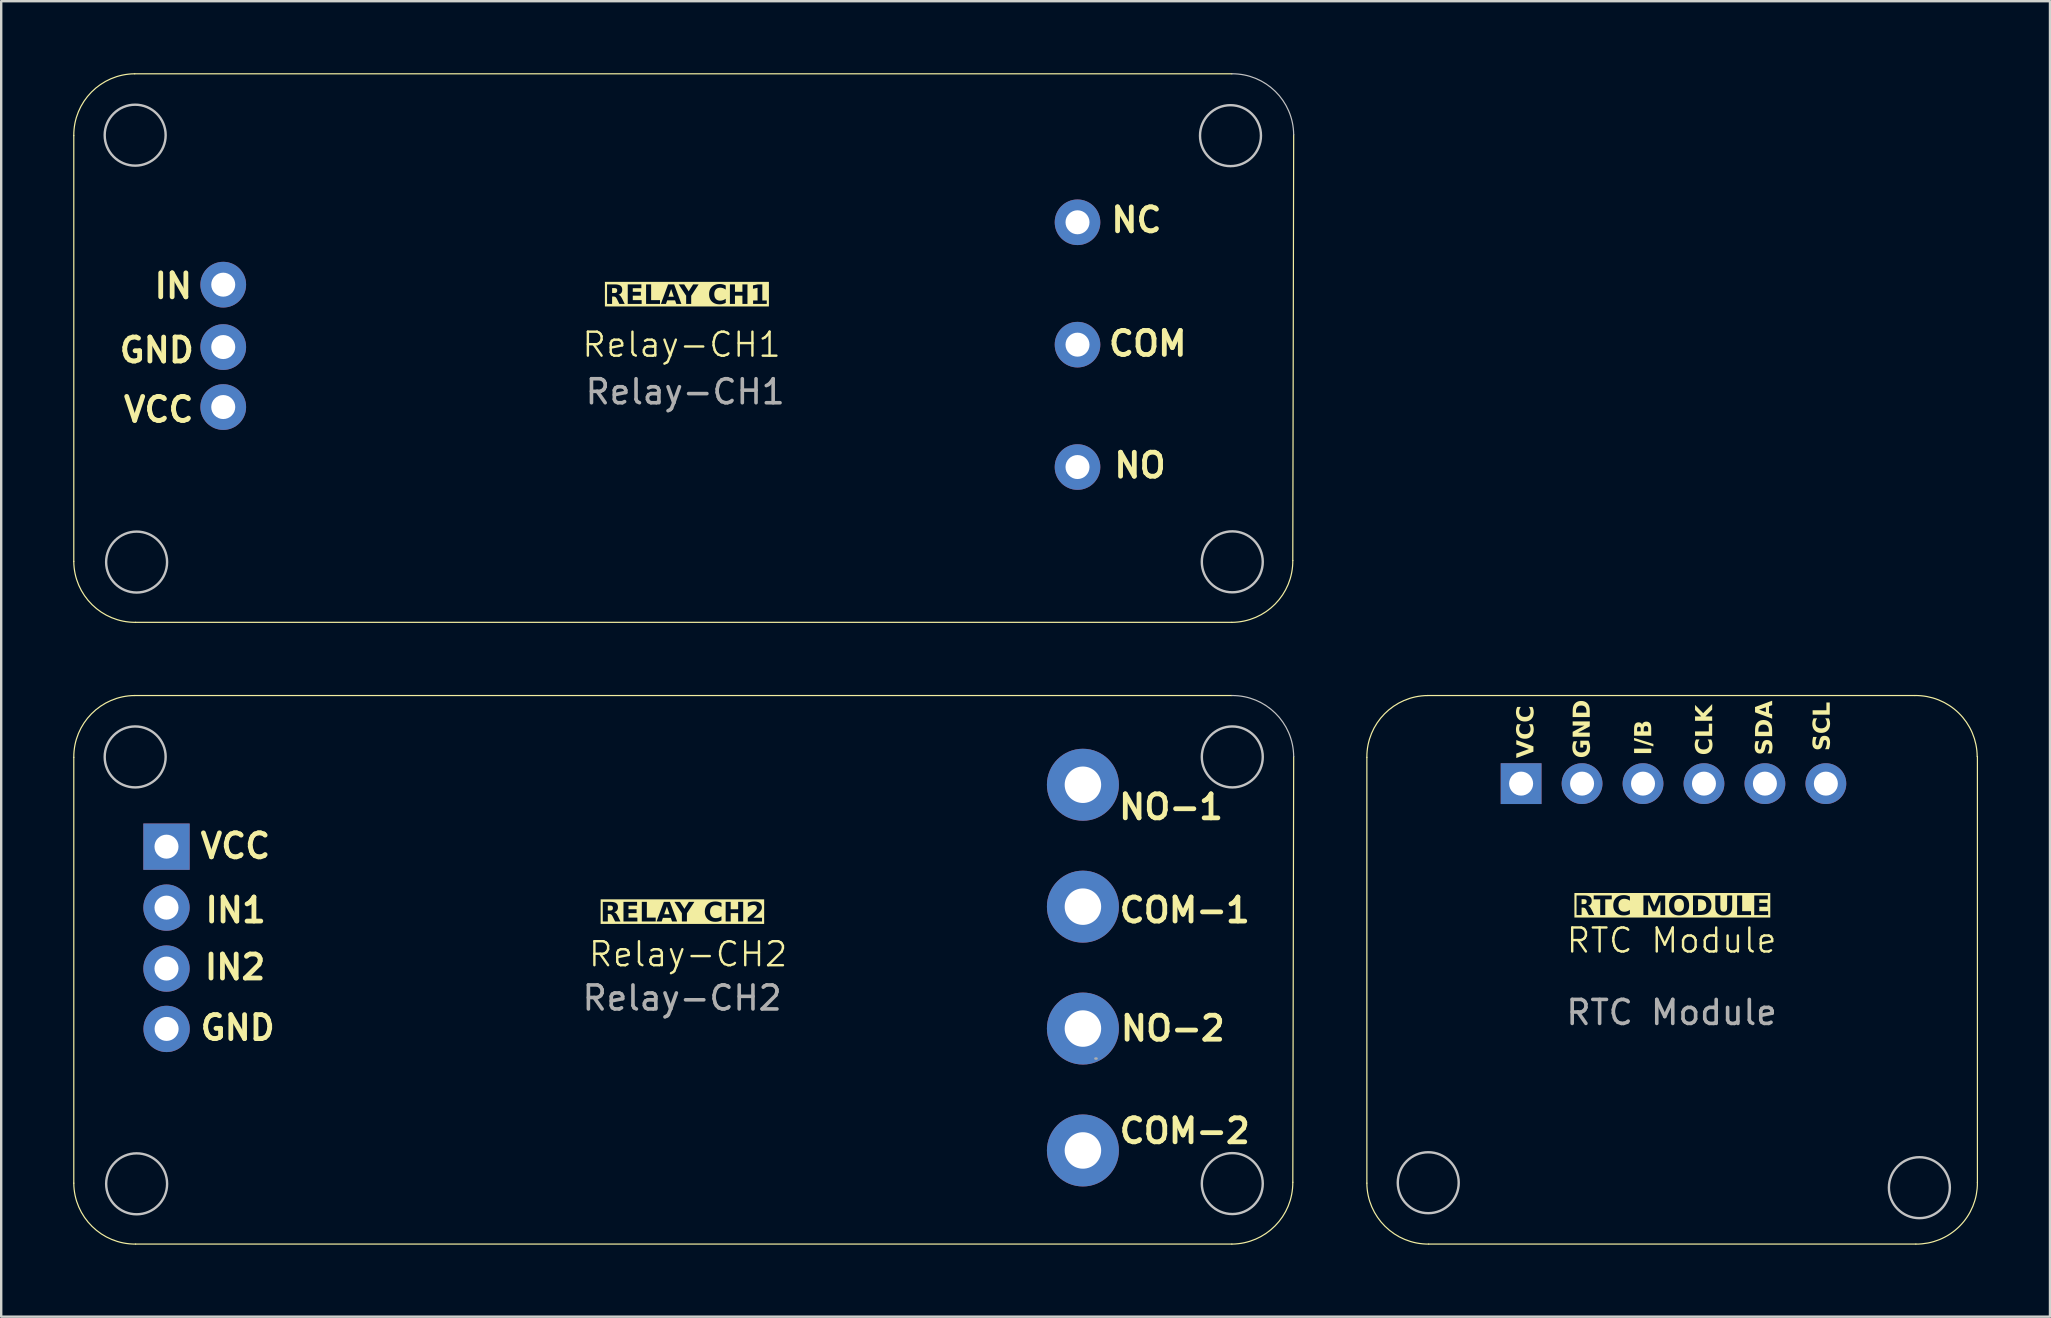
<source format=kicad_pcb>
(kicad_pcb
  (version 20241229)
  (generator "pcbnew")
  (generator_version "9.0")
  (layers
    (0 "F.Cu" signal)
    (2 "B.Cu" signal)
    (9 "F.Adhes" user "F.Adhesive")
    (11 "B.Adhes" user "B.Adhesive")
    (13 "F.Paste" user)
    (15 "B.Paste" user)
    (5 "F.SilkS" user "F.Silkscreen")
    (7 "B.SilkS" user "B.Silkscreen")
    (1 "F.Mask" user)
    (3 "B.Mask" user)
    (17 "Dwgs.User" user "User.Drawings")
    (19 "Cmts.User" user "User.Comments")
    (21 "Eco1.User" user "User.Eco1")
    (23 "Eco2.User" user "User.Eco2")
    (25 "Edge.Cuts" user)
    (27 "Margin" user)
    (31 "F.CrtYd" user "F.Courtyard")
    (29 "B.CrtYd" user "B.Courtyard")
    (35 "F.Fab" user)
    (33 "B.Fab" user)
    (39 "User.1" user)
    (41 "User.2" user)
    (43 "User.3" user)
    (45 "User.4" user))
  (footprint "Relay-CH2"
    (layer "F.Cu")
    (at 25.425 37.365)
    (property "Reference" "Relay-CH2" (at 0.2 -0.65 0) (unlocked yes) (layer "F.SilkS") (effects (font (size 1 1) (thickness 0.1))))
    (attr smd)
    (fp_line (start -25.4 8.89) (end -25.4 -8.854) (stroke (width 0.05) (type solid)) (layer "F.SilkS"))
    (fp_line (start -22.86 -11.43) (end 22.86 -11.43) (stroke (width 0.05) (type solid)) (layer "F.SilkS"))
    (fp_line (start 22.86 11.43) (end -22.824 11.43) (stroke (width 0.05) (type solid)) (layer "F.SilkS"))
    (fp_line (start 25.436 -8.89) (end 25.4 8.854) (stroke (width 0.05) (type solid)) (layer "F.SilkS"))
    (fp_arc (start -25.39987 -8.853906) (mid -24.663477 -10.667902) (end -22.860129 -11.429999) (stroke (width 0.05) (type solid)) (layer "F.SilkS"))
    (fp_arc (start -22.824036 11.42974) (mid -24.638037 10.693352) (end -25.400129 8.889999) (stroke (width 0.05) (type solid)) (layer "F.SilkS"))
    (fp_arc (start 25.399603 8.853907) (mid 24.663228 10.667922) (end 22.859862 11.43) (stroke (width 0.05) (type solid)) (layer "F.SilkS"))
    (fp_arc (start 22.859862 -11.429998) (mid 24.673899 -10.69365) (end 25.435955 -8.890257) (stroke (width 0.05) (type default)) (layer "Dwgs.User"))
    (fp_circle (center -22.842 -8.872) (end -21.572 -8.872) (stroke (width 0.1) (type default)) (fill no) (layer "Dwgs.User"))
    (fp_circle (center -22.781 8.918) (end -21.511 8.918) (stroke (width 0.1) (type default)) (fill no) (layer "Dwgs.User"))
    (fp_circle (center 22.878 -8.872) (end 24.148 -8.872) (stroke (width 0.1) (type default)) (fill no) (layer "Dwgs.User"))
    (fp_circle (center 22.878 8.908) (end 24.148 8.908) (stroke (width 0.1) (type default)) (fill no) (layer "Dwgs.User"))
    (fp_line (start 17.223 3.698) (end 17.173 3.698) (stroke (width 0.1) (type solid)) (layer "F.Fab"))
    (fp_text user "NO-1" (at 18.05 -6.2 0) (unlocked yes) (layer "F.SilkS") (effects (font (size 1 1) (thickness 0.2) (bold yes)) (justify left bottom)))
    (fp_text user "IN1" (at -20.025 -1.9 0) (unlocked yes) (layer "F.SilkS") (effects (font (size 1 1) (thickness 0.2) (bold yes)) (justify left bottom)))
    (fp_text user "COM-1" (at 18.075 -1.9 0) (unlocked yes) (layer "F.SilkS") (effects (font (size 1 1) (thickness 0.2) (bold yes)) (justify left bottom)))
    (fp_text user "NO-2" (at 18.125 3.025 0) (unlocked yes) (layer "F.SilkS") (effects (font (size 1 1) (thickness 0.2) (bold yes)) (justify left bottom)))
    (fp_text user "COM-2" (at 18.075 7.3 0) (unlocked yes) (layer "F.SilkS") (effects (font (size 1 1) (thickness 0.2) (bold yes)) (justify left bottom)))
    (fp_text user "RELAY CH2\n" (at -0.04 -1.88 0) (unlocked yes) (layer "F.SilkS" knockout) (effects (font (face "Lexend") (size 0.8 0.8) (thickness 0.16) (bold yes)) (justify bottom)))
    (fp_text user "IN2" (at -20.05 0.475 0) (unlocked yes) (layer "F.SilkS") (effects (font (size 1 1) (thickness 0.2) (bold yes)) (justify left bottom)))
    (fp_text user "VCC" (at -20.225 -4.575 0) (unlocked yes) (layer "F.SilkS") (effects (font (size 1 1) (thickness 0.2) (bold yes)) (justify left bottom)))
    (fp_text user "GND" (at -20.225 3 0) (unlocked yes) (layer "F.SilkS") (effects (font (size 1 1) (thickness 0.2) (bold yes)) (justify left bottom)))
    (fp_text user "${REFERENCE}" (at -0.05 1.175 0) (unlocked yes) (layer "F.Fab") (effects (font (size 1 1) (thickness 0.15))))
    (pad "1" thru_hole rect (at -21.537 -5.132) (size 1.93 1.93) (drill 1) (layers "*.Cu" "*.Mask"))
    (pad "2" thru_hole circle (at -21.537 -2.592) (size 1.93 1.93) (drill 1) (layers "*.Cu" "*.Mask"))
    (pad "3" thru_hole circle (at -21.537 -0.052) (size 1.93 1.93) (drill 1) (layers "*.Cu" "*.Mask"))
    (pad "4" thru_hole circle (at -21.532 2.463) (size 1.93 1.93) (drill 1) (layers "*.Cu" "*.Mask"))
    (pad "5" thru_hole circle (at 16.653 -7.712 270) (size 3 3) (drill 1.52) (layers "*.Cu" "*.Mask") (remove_unused_layers yes) (keep_end_layers yes) (zone_layer_connections))
    (pad "6" thru_hole circle (at 16.653 -2.632 270) (size 3 3) (drill 1.52) (layers "*.Cu" "*.Mask") (remove_unused_layers yes) (keep_end_layers yes) (zone_layer_connections))
    (pad "7" thru_hole circle (at 16.653 2.448 270) (size 3 3) (drill 1.52) (layers "*.Cu" "*.Mask") (remove_unused_layers yes) (keep_end_layers yes) (zone_layer_connections))
    (pad "8" thru_hole circle (at 16.653 7.528 270) (size 3 3) (drill 1.52) (layers "*.Cu" "*.Mask") (remove_unused_layers yes) (keep_end_layers yes) (zone_layer_connections)))
  (footprint "RTC Module"
    (layer "F.Cu")
    (at 66.611 37.619)
    (property "Reference" "RTC Module" (at 0 -1.476 0) (unlocked yes) (layer "F.SilkS") (effects (font (size 1 1) (thickness 0.1))))
    (attr smd)
    (fp_line (start -12.7 8.636) (end -12.7 -9.108) (stroke (width 0.05) (type solid)) (layer "F.SilkS"))
    (fp_line (start -10.16 -11.684) (end 10.138 -11.684) (stroke (width 0.05) (type solid)) (layer "F.SilkS"))
    (fp_line (start 10.178 11.176) (end -10.124 11.176) (stroke (width 0.05) (type solid)) (layer "F.SilkS"))
    (fp_line (start 12.743 8.612) (end 12.743 -9.144) (stroke (width 0.05) (type solid)) (layer "F.SilkS"))
    (fp_arc (start -12.69987 -9.107646) (mid -11.963467 -10.921622) (end -10.160129 -11.683739) (stroke (width 0.05) (type solid)) (layer "F.SilkS"))
    (fp_arc (start -10.124036 11.176) (mid -11.938041 10.439619) (end -12.700129 8.636259) (stroke (width 0.05) (type solid)) (layer "F.SilkS"))
    (fp_arc (start 10.138223 -11.683739) (mid 11.964995 -10.954411) (end 12.734033 -9.143997) (stroke (width 0.05) (type solid)) (layer "F.SilkS"))
    (fp_arc (start 12.742639 8.611584) (mid 11.999214 10.432575) (end 10.178223 11.176) (stroke (width 0.05) (type solid)) (layer "F.SilkS"))
    (fp_circle (center -10.142 8.618) (end -8.872 8.618) (stroke (width 0.1) (type default)) (fill no) (layer "Dwgs.User"))
    (fp_circle (center 10.325 8.825) (end 11.595 8.825) (stroke (width 0.1) (type default)) (fill no) (layer "Dwgs.User"))
    (fp_text user "CLK" (at 1.809 -9.197 90) (unlocked yes) (layer "F.SilkS") (effects (font (face "Lexend") (size 0.7 0.7) (thickness 0.175) (bold yes)) (justify left bottom)))
    (fp_text user "RTC MODULE" (at 0.02 -2.4 0) (unlocked yes) (layer "F.SilkS" knockout) (effects (font (face "Lexend") (size 0.8 0.8) (thickness 0.16) (bold yes)) (justify bottom)))
    (fp_text user "GND" (at -3.291 -9.072 90) (unlocked yes) (layer "F.SilkS") (effects (font (face "Lexend") (size 0.7 0.7) (thickness 0.16) (bold yes)) (justify left bottom)))
    (fp_text user "SCL" (at 6.709 -9.372 90) (unlocked yes) (layer "F.SilkS") (effects (font (face "Lexend") (size 0.7 0.7) (thickness 0.175) (bold yes)) (justify left bottom)))
    (fp_text user "VCC\n" (at -5.64 -11.272 90) (unlocked yes) (layer "F.SilkS") (effects (font (face "Lexend") (size 0.7 0.7) (thickness 0.16) (bold yes)) (justify right bottom)))
    (fp_text user "I/B" (at -0.731 -9.197 90) (unlocked yes) (layer "F.SilkS") (effects (font (face "Lexend") (size 0.7 0.7) (thickness 0.175) (bold yes)) (justify left bottom)))
    (fp_text user "SDA" (at 4.309 -9.197 90) (unlocked yes) (layer "F.SilkS") (effects (font (face "Lexend") (size 0.7 0.7) (thickness 0.175) (bold yes)) (justify left bottom)))
    (fp_text user "${REFERENCE}" (at 0 1.524 0) (unlocked yes) (layer "F.Fab") (effects (font (size 1 1) (thickness 0.15))))
    (pad "1" thru_hole rect (at -6.272 -8.013 270) (size 1.7 1.7) (drill 1) (layers "*.Cu" "*.Mask"))
    (pad "2" thru_hole oval (at -3.732 -8.013 270) (size 1.7 1.7) (drill 1) (layers "*.Cu" "*.Mask"))
    (pad "3" thru_hole oval (at -1.192 -8.013 270) (size 1.7 1.7) (drill 1) (layers "*.Cu" "*.Mask"))
    (pad "4" thru_hole oval (at 1.348 -8.013 270) (size 1.7 1.7) (drill 1) (layers "*.Cu" "*.Mask"))
    (pad "5" thru_hole oval (at 3.888 -8.013 270) (size 1.7 1.7) (drill 1) (layers "*.Cu" "*.Mask"))
    (pad "6" thru_hole oval (at 6.428 -8.013 270) (size 1.7 1.7) (drill 1) (layers "*.Cu" "*.Mask")))
  (footprint "Relay-CH1"
    (layer "F.Cu")
    (at 25.503 10.693)
    (property "Reference" "Relay-CH1" (at -0.15 0.62 0) (unlocked yes) (layer "F.SilkS") (effects (font (size 1 1) (thickness 0.1))))
    (attr smd)
    (fp_line (start -25.478 9.652) (end -25.478 -8.092) (stroke (width 0.05) (type solid)) (layer "F.SilkS"))
    (fp_line (start -22.938 -10.668) (end 22.782 -10.668) (stroke (width 0.05) (type solid)) (layer "F.SilkS"))
    (fp_line (start 22.782 12.192) (end -22.902 12.192) (stroke (width 0.05) (type solid)) (layer "F.SilkS"))
    (fp_line (start 25.358 -8.128) (end 25.321 9.616) (stroke (width 0.05) (type solid)) (layer "F.SilkS"))
    (fp_arc (start -25.478097 -8.091825) (mid -24.741704 -9.905821) (end -22.938356 -10.667918) (stroke (width 0.05) (type solid)) (layer "F.SilkS"))
    (fp_arc (start -22.902263 12.191821) (mid -24.716264 11.455433) (end -25.478356 9.65208) (stroke (width 0.05) (type solid)) (layer "F.SilkS"))
    (fp_arc (start 25.321376 9.615988) (mid 24.585001 11.430003) (end 22.781635 12.192081) (stroke (width 0.05) (type solid)) (layer "F.SilkS"))
    (fp_arc (start 22.781635 -10.667917) (mid 24.595672 -9.931569) (end 25.357728 -8.128176) (stroke (width 0.05) (type default)) (layer "Dwgs.User"))
    (fp_circle (center -22.92 -8.11) (end -21.65 -8.11) (stroke (width 0.1) (type default)) (fill no) (layer "Dwgs.User"))
    (fp_circle (center -22.86 9.68) (end -21.59 9.68) (stroke (width 0.1) (type default)) (fill no) (layer "Dwgs.User"))
    (fp_circle (center 22.725 -8.09) (end 23.995 -8.09) (stroke (width 0.1) (type default)) (fill no) (layer "Dwgs.User"))
    (fp_circle (center 22.8 9.67) (end 24.07 9.67) (stroke (width 0.1) (type default)) (fill no) (layer "Dwgs.User"))
    (fp_text user "NC" (at 17.65 -3.99 0) (unlocked yes) (layer "F.SilkS") (effects (font (size 1 1) (thickness 0.2) (bold yes)) (justify left bottom)))
    (fp_text user "RELAY CH1" (at 0.06 -0.94 0) (unlocked yes) (layer "F.SilkS" knockout) (effects (font (face "Lexend") (size 0.8 0.8) (thickness 0.16) (bold yes)) (justify bottom)))
    (fp_text user "IN" (at -22.225 -1.24 0) (unlocked yes) (layer "F.SilkS") (effects (font (size 1 1) (thickness 0.2) (bold yes)) (justify left bottom)))
    (fp_text user "VCC" (at -23.5 3.91 0) (unlocked yes) (layer "F.SilkS") (effects (font (size 1 1) (thickness 0.2) (bold yes)) (justify left bottom)))
    (fp_text user "COM" (at 17.55 1.16 0) (unlocked yes) (layer "F.SilkS") (effects (font (size 1 1) (thickness 0.2) (bold yes)) (justify left bottom)))
    (fp_text user "GND" (at -23.675 1.435 0) (unlocked yes) (layer "F.SilkS") (effects (font (size 1 1) (thickness 0.2) (bold yes)) (justify left bottom)))
    (fp_text user "NO" (at 17.775 6.235 0) (unlocked yes) (layer "F.SilkS") (effects (font (size 1 1) (thickness 0.2) (bold yes)) (justify left bottom)))
    (fp_text user "${REFERENCE}" (at 0 2.585 0) (unlocked yes) (layer "F.Fab") (effects (font (size 1 1) (thickness 0.15))))
    (pad "1" thru_hole circle (at -19.25 -1.88) (size 1.905 1.905) (drill 1) (layers "*.Cu" "*.Mask"))
    (pad "2" thru_hole circle (at -19.25 0.72) (size 1.905 1.905) (drill 1) (layers "*.Cu" "*.Mask"))
    (pad "3" thru_hole circle (at -19.25 3.22) (size 1.905 1.905) (drill 1) (layers "*.Cu" "*.Mask"))
    (pad "4" thru_hole circle (at 16.35 5.72) (size 1.9 1.9) (drill 1) (layers "*.Cu" "*.Mask"))
    (pad "5" thru_hole circle (at 16.35 0.62) (size 1.9 1.9) (drill 1) (layers "*.Cu" "*.Mask"))
    (pad "6" thru_hole circle (at 16.35 -4.48) (size 1.9 1.9) (drill 1) (layers "*.Cu" "*.Mask")))
  (gr_rect
    (start -3 -3)
    (end 82.379 51.82)
    (stroke (width 0.1) (type default))
    (fill no)
    (layer "Edge.Cuts")))
</source>
